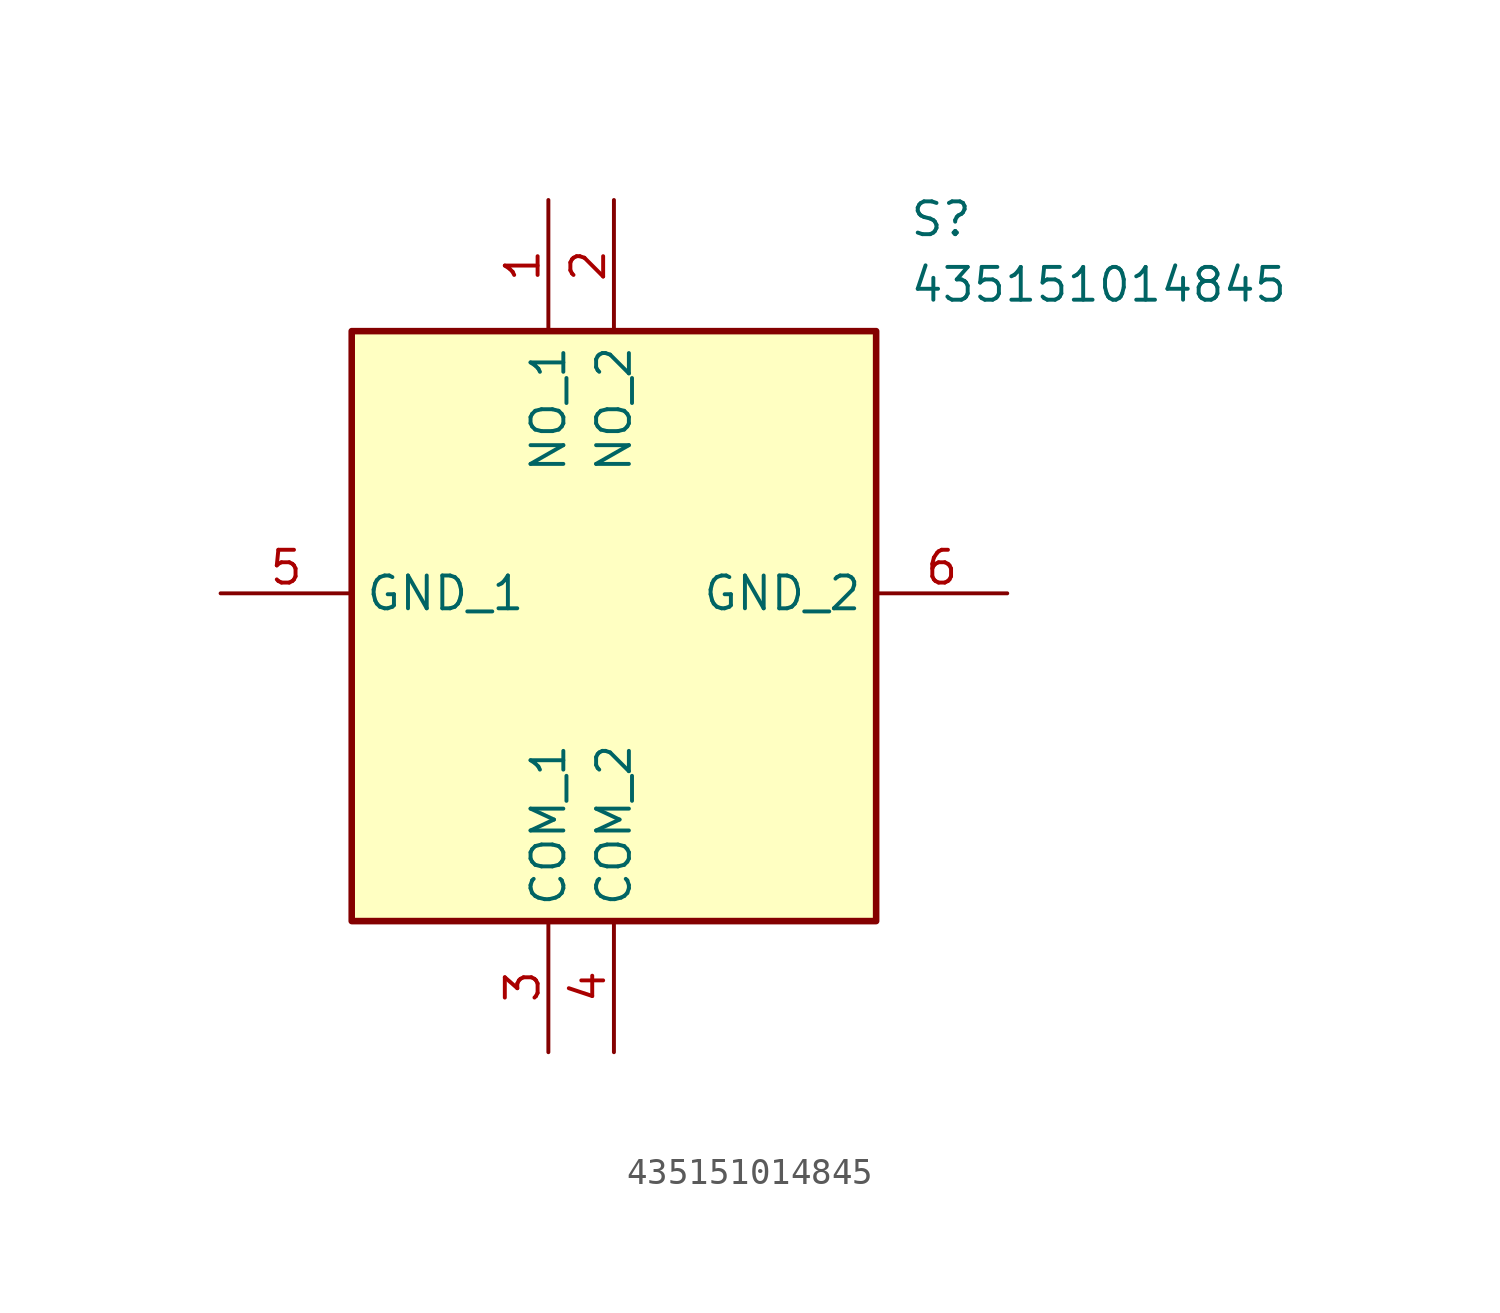
<source format=kicad_sym>
(kicad_symbol_lib
  (version 20211014)
  (generator SamacSys_ECAD_Model)
  (symbol "435151014845"
    (property "Reference" "S"
      (at 26.67 15.24 0)
      (effects (font (size 1.27 1.27)) (justify left top)))
    (property "Value" "435151014845"
      (at 26.67 12.7 0)
      (effects (font (size 1.27 1.27)) (justify left top)))
    (rectangle
      (start 5.08 10.16)
      (end 25.4 -12.7)
      (stroke (width 0.254) (type default))
      (fill (type background)))
    (pin passive line
      (at 12.7 15.24 270)
      (length 5.08)
      (name "NO_1" (effects (font (size 1.27 1.27))))
      (number "1" (effects (font (size 1.27 1.27)))))
    (pin passive line
      (at 15.24 15.24 270)
      (length 5.08)
      (name "NO_2" (effects (font (size 1.27 1.27))))
      (number "2" (effects (font (size 1.27 1.27)))))
    (pin passive line
      (at 12.7 -17.78 90)
      (length 5.08)
      (name "COM_1" (effects (font (size 1.27 1.27))))
      (number "3" (effects (font (size 1.27 1.27)))))
    (pin passive line
      (at 15.24 -17.78 90)
      (length 5.08)
      (name "COM_2" (effects (font (size 1.27 1.27))))
      (number "4" (effects (font (size 1.27 1.27)))))
    (pin passive line
      (at 0 0 0)
      (length 5.08)
      (name "GND_1" (effects (font (size 1.27 1.27))))
      (number "5" (effects (font (size 1.27 1.27)))))
    (pin passive line
      (at 30.48 0 180)
      (length 5.08)
      (name "GND_2" (effects (font (size 1.27 1.27))))
      (number "6" (effects (font (size 1.27 1.27)))))))
</source>
